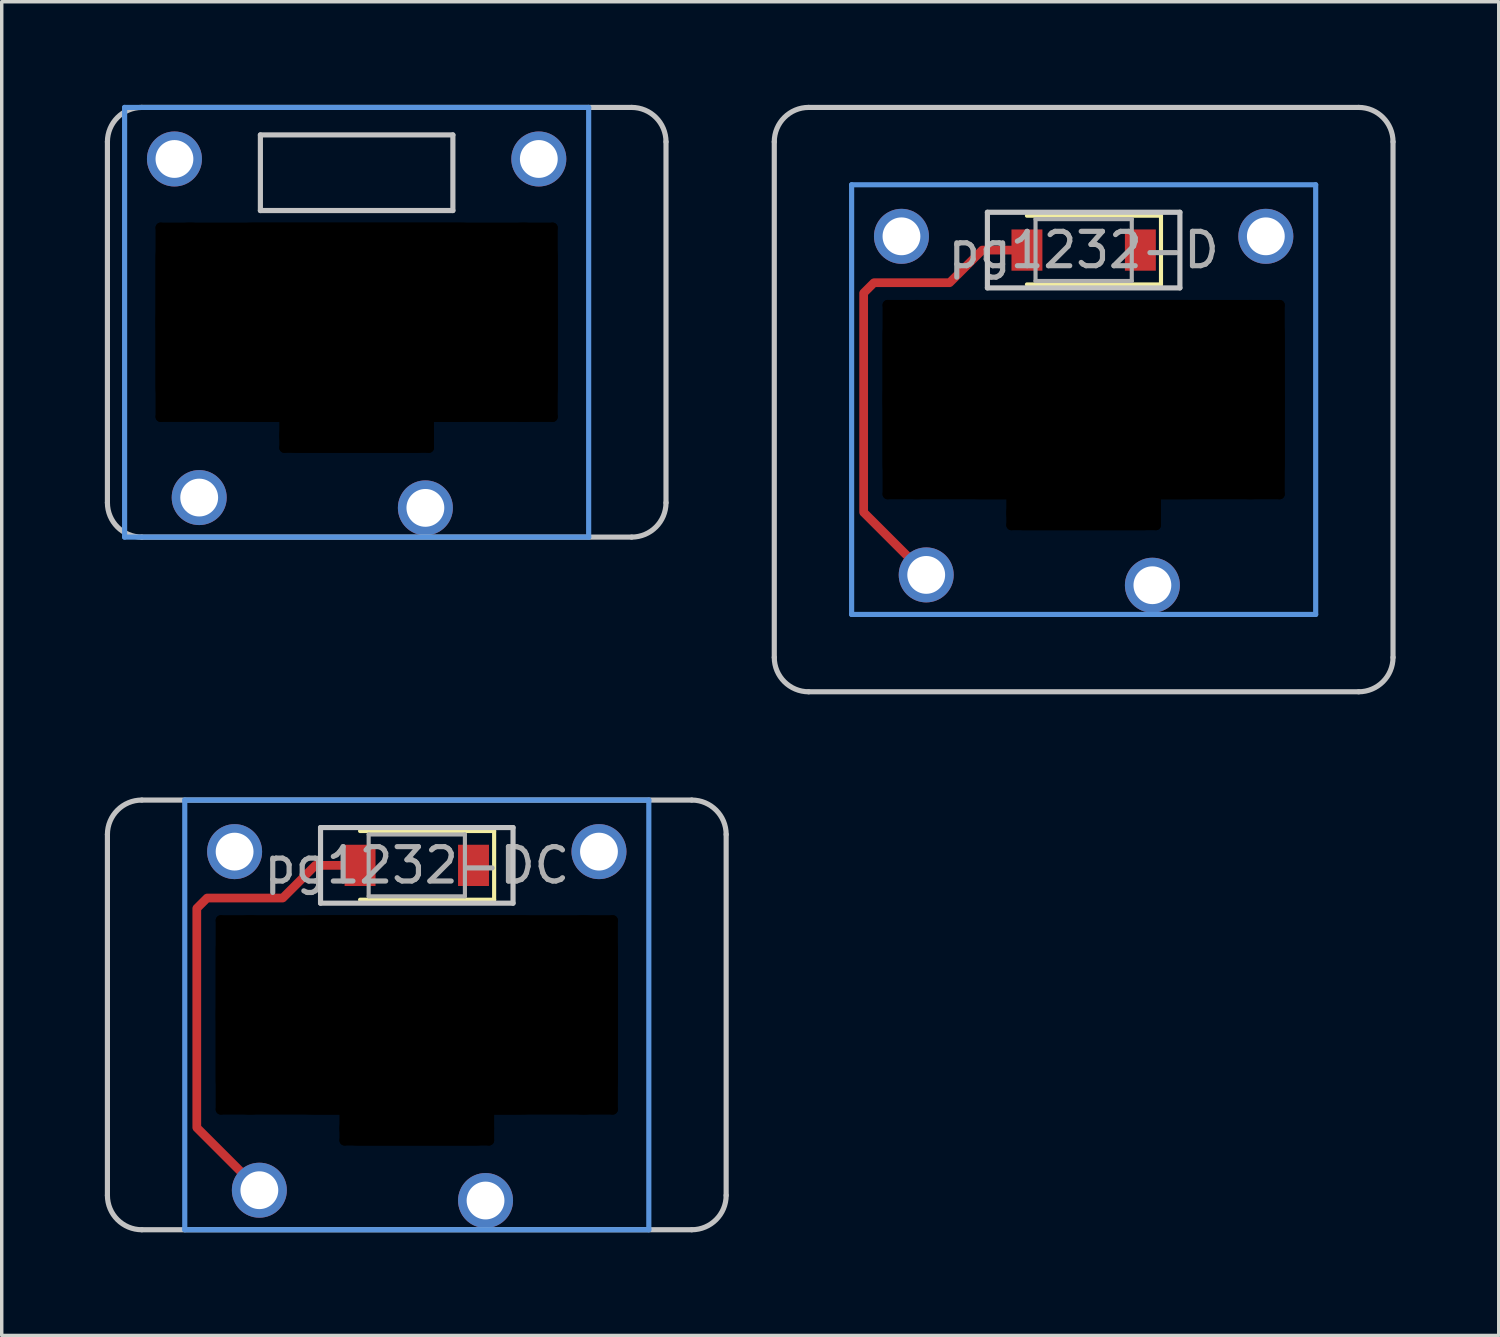
<source format=kicad_pcb>
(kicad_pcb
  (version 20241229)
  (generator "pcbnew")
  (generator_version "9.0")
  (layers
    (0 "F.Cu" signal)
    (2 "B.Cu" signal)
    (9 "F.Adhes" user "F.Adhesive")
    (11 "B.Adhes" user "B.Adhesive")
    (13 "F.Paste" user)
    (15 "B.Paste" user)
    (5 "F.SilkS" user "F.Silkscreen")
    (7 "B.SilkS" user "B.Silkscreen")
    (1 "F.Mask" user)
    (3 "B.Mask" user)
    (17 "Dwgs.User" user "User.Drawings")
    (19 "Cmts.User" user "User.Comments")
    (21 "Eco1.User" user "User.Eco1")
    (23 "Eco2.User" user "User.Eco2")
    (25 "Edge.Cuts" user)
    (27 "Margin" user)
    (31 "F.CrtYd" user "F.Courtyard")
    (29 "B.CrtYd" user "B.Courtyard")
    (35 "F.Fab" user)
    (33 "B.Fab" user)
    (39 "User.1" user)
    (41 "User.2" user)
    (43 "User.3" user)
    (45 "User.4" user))
  (footprint "pg1232-CR"
    (layer "F.Cu")
    (at 7.325 6.325)
    (property "Reference" "pg1232-CR" (at 0 0 0) (layer "F.Fab") (effects (font (size 1 1) (thickness 0.15))))
    (attr through_hole)
    (fp_line (start -7.25 5.25) (end -7.25 -5.25) (stroke (width 0.15) (type solid)) (layer "Dwgs.User"))
    (fp_line (start -6.25 -6.25) (end 8 -6.25) (stroke (width 0.15) (type solid)) (layer "Dwgs.User"))
    (fp_line (start -2.8 -5.45) (end -2.8 -3.25) (stroke (width 0.15) (type solid)) (layer "Dwgs.User"))
    (fp_line (start -2.8 -3.25) (end 2.8 -3.25) (stroke (width 0.15) (type solid)) (layer "Dwgs.User"))
    (fp_line (start 2.8 -5.45) (end -2.8 -5.45) (stroke (width 0.15) (type solid)) (layer "Dwgs.User"))
    (fp_line (start 2.8 -3.25) (end 2.8 -5.45) (stroke (width 0.15) (type solid)) (layer "Dwgs.User"))
    (fp_line (start 8 6.25) (end -6.25 6.25) (stroke (width 0.15) (type solid)) (layer "Dwgs.User"))
    (fp_line (start 9 -5.25) (end 9 5.25) (stroke (width 0.15) (type solid)) (layer "Dwgs.User"))
    (fp_arc (start -7.25 -5.25) (mid -6.957107 -5.957107) (end -6.25 -6.25) (stroke (width 0.15) (type solid)) (layer "Dwgs.User"))
    (fp_arc (start -6.25 6.25) (mid -6.957107 5.957107) (end -7.25 5.25) (stroke (width 0.15) (type solid)) (layer "Dwgs.User"))
    (fp_arc (start 8 -6.25) (mid 8.707107 -5.957107) (end 9 -5.25) (stroke (width 0.15) (type solid)) (layer "Dwgs.User"))
    (fp_arc (start 9 5.25) (mid 8.707107 5.957107) (end 8 6.25) (stroke (width 0.15) (type solid)) (layer "Dwgs.User"))
    (fp_line (start -6.75 -6.25) (end -6.75 6.25) (stroke (width 0.15) (type solid)) (layer "Cmts.User"))
    (fp_line (start -6.75 6.25) (end 6.75 6.25) (stroke (width 0.15) (type solid)) (layer "Cmts.User"))
    (fp_line (start 6.75 -6.25) (end -6.75 -6.25) (stroke (width 0.15) (type solid)) (layer "Cmts.User"))
    (fp_line (start 6.75 6.25) (end 6.75 -6.25) (stroke (width 0.15) (type solid)) (layer "Cmts.User"))
    (pad "" np_thru_hole oval (at -5.7 0 90) (size 5.8 0.3) (drill oval 5.8 0.3) (layers "*.Mask"))
    (pad "" np_thru_hole oval (at -4.85 0) (size 2 5.8) (drill oval 2 5.8) (layers "*.Mask"))
    (pad "" np_thru_hole oval (at -2.1 3.25 90) (size 1.1 0.3) (drill oval 1.1 0.3) (layers "*.Mask"))
    (pad "" np_thru_hole oval (at 0 -2.75) (size 11.7 0.3) (drill oval 11.7 0.3) (layers "*.Mask"))
    (pad "" np_thru_hole oval (at 0 0) (size 11.7 5.8) (drill oval 11.7 5.8) (layers "*.Mask"))
    (pad "" np_thru_hole oval (at 0 2.75) (size 11.7 0.3) (drill oval 11.7 0.3) (layers "*.Mask"))
    (pad "" np_thru_hole oval (at 0 3.3) (size 4.5 1) (drill oval 4.5 1) (layers "*.Mask"))
    (pad "" np_thru_hole oval (at 0 3.65) (size 4.5 0.3) (drill oval 4.5 0.3) (layers "*.Mask"))
    (pad "" np_thru_hole oval (at 2.1 3.25 90) (size 1.1 0.3) (drill oval 1.1 0.3) (layers "*.Mask"))
    (pad "" np_thru_hole oval (at 4.85 0) (size 2 5.8) (drill oval 2 5.8) (layers "*.Mask"))
    (pad "" np_thru_hole oval (at 5.7 0 90) (size 5.8 0.3) (drill oval 5.8 0.3) (layers "*.Mask"))
    (pad "1" thru_hole circle (at 2 5.4) (size 1.6 1.6) (drill 1.1) (layers "*.Cu" "B.Mask"))
    (pad "2" thru_hole circle (at -4.58 5.1) (size 1.6 1.6) (drill 1.1) (layers "*.Cu" "B.Mask"))
    (pad "3" thru_hole circle (at 5.3 -4.75) (size 1.6 1.6) (drill 1.1) (layers "*.Cu" "B.Mask"))
    (pad "4" thru_hole circle (at -5.3 -4.75) (size 1.6 1.6) (drill 1.1) (layers "*.Cu" "B.Mask")))
  (footprint "pg1232-DC"
    (layer "F.Cu")
    (at 9.075 22.125)
    (property "Reference" "pg1232-DC" (at 0 0 0) (layer "F.Fab") (effects (font (size 1 1) (thickness 0.15))))
    (attr smd)
    (fp_line (start 2.25 -1) (end -1.65 -1) (stroke (width 0.12) (type solid)) (layer "F.SilkS"))
    (fp_line (start 2.25 -1) (end 2.25 1) (stroke (width 0.12) (type solid)) (layer "F.SilkS"))
    (fp_line (start 2.25 1) (end -1.65 1) (stroke (width 0.12) (type solid)) (layer "F.SilkS"))
    (fp_line (start -9 9.6) (end -9 -0.9) (stroke (width 0.15) (type solid)) (layer "Dwgs.User"))
    (fp_line (start -8 -1.9) (end 8 -1.9) (stroke (width 0.15) (type solid)) (layer "Dwgs.User"))
    (fp_line (start -2.8 -1.1) (end -2.8 1.1) (stroke (width 0.15) (type solid)) (layer "Dwgs.User"))
    (fp_line (start -2.8 1.1) (end 2.8 1.1) (stroke (width 0.15) (type solid)) (layer "Dwgs.User"))
    (fp_line (start 2.8 -1.1) (end -2.8 -1.1) (stroke (width 0.15) (type solid)) (layer "Dwgs.User"))
    (fp_line (start 2.8 1.1) (end 2.8 -1.1) (stroke (width 0.15) (type solid)) (layer "Dwgs.User"))
    (fp_line (start 8 10.6) (end -8 10.6) (stroke (width 0.15) (type solid)) (layer "Dwgs.User"))
    (fp_line (start 9 -0.9) (end 9 9.6) (stroke (width 0.15) (type solid)) (layer "Dwgs.User"))
    (fp_arc (start -9 -0.9) (mid -8.707107 -1.607107) (end -8 -1.9) (stroke (width 0.15) (type solid)) (layer "Dwgs.User"))
    (fp_arc (start -8 10.6) (mid -8.707107 10.307107) (end -9 9.6) (stroke (width 0.15) (type solid)) (layer "Dwgs.User"))
    (fp_arc (start 8 -1.9) (mid 8.707107 -1.607107) (end 9 -0.9) (stroke (width 0.15) (type solid)) (layer "Dwgs.User"))
    (fp_arc (start 9 9.6) (mid 8.707107 10.307107) (end 8 10.6) (stroke (width 0.15) (type solid)) (layer "Dwgs.User"))
    (fp_line (start -6.75 -1.9) (end -6.75 10.6) (stroke (width 0.15) (type solid)) (layer "Cmts.User"))
    (fp_line (start -6.75 10.6) (end 6.75 10.6) (stroke (width 0.15) (type solid)) (layer "Cmts.User"))
    (fp_line (start 6.75 -1.9) (end -6.75 -1.9) (stroke (width 0.15) (type solid)) (layer "Cmts.User"))
    (fp_line (start 6.75 10.6) (end 6.75 -1.9) (stroke (width 0.15) (type solid)) (layer "Cmts.User"))
    (fp_line (start -1.4 -0.9) (end -1.4 0.9) (stroke (width 0.12) (type solid)) (layer "F.Fab"))
    (fp_line (start -1.4 0.9) (end 1.4 0.9) (stroke (width 0.12) (type solid)) (layer "F.Fab"))
    (fp_line (start 1.4 -0.9) (end -1.4 -0.9) (stroke (width 0.12) (type solid)) (layer "F.Fab"))
    (fp_line (start 1.4 0.9) (end 1.4 -0.9) (stroke (width 0.12) (type solid)) (layer "F.Fab"))
    (pad "" np_thru_hole oval (at -5.7 4.35 90) (size 5.8 0.3) (drill oval 5.8 0.3) (layers "*.Mask"))
    (pad "" thru_hole circle (at -5.3 -0.4) (size 1.6 1.6) (drill 1.1) (layers "*.Cu" "B.Mask"))
    (pad "" np_thru_hole oval (at -4.85 4.35) (size 2 5.8) (drill oval 2 5.8) (layers "*.Mask"))
    (pad "" thru_hole circle (at -4.58 9.45) (size 1.6 1.6) (drill 1.1) (layers "*.Cu" "B.Mask"))
    (pad "" np_thru_hole oval (at -2.1 7.6 90) (size 1.1 0.3) (drill oval 1.1 0.3) (layers "*.Mask"))
    (pad "" smd custom (at -1.65 0) (size 0.254 0.254) (layers "F.Cu") (options (anchor circle)) (primitives (gr_line (start -4.75 7.63) (end -2.93 9.45) (width 0.254)) (gr_line (start 0 0) (end -1.3 0) (width 0.254)) (gr_line (start -1.3 0) (end -2.25 0.95) (width 0.254)) (gr_line (start -4.75 1.25) (end -4.75 7.63) (width 0.254)) (gr_line (start -2.25 0.95) (end -4.45 0.95) (width 0.254)) (gr_line (start -4.45 0.95) (end -4.75 1.25) (width 0.254))))
    (pad "" smd rect (at -1.65 0) (size 0.9 1.2) (layers "F.Cu" "F.Mask" "F.Paste"))
    (pad "" np_thru_hole oval (at 0 1.6) (size 11.7 0.3) (drill oval 11.7 0.3) (layers "*.Mask"))
    (pad "" np_thru_hole oval (at 0 4.35) (size 11.7 5.8) (drill oval 11.7 5.8) (layers "*.Mask"))
    (pad "" np_thru_hole oval (at 0 7.1) (size 11.7 0.3) (drill oval 11.7 0.3) (layers "*.Mask"))
    (pad "" np_thru_hole oval (at 0 7.65) (size 4.5 1) (drill oval 4.5 1) (layers "*.Mask"))
    (pad "" np_thru_hole oval (at 0 8) (size 4.5 0.3) (drill oval 4.5 0.3) (layers "*.Mask"))
    (pad "" np_thru_hole oval (at 2.1 7.6 90) (size 1.1 0.3) (drill oval 1.1 0.3) (layers "*.Mask"))
    (pad "" np_thru_hole oval (at 4.85 4.35) (size 2 5.8) (drill oval 2 5.8) (layers "*.Mask"))
    (pad "" thru_hole circle (at 5.3 -0.4) (size 1.6 1.6) (drill 1.1) (layers "*.Cu" "B.Mask"))
    (pad "" np_thru_hole oval (at 5.7 4.35 90) (size 5.8 0.3) (drill oval 5.8 0.3) (layers "*.Mask"))
    (pad "1" thru_hole circle (at 2 9.75) (size 1.6 1.6) (drill 1.1) (layers "*.Cu" "B.Mask"))
    (pad "2" smd rect (at 1.65 0) (size 0.9 1.2) (layers "F.Cu" "F.Mask" "F.Paste")))
  (footprint "pg1232-D"
    (layer "F.Cu")
    (at 28.475 4.225)
    (property "Reference" "pg1232-D" (at 0 0 0) (layer "F.Fab") (effects (font (size 1 1) (thickness 0.15))))
    (attr smd)
    (fp_line (start 2.25 -1) (end -1.65 -1) (stroke (width 0.12) (type solid)) (layer "F.SilkS"))
    (fp_line (start 2.25 -1) (end 2.25 1) (stroke (width 0.12) (type solid)) (layer "F.SilkS"))
    (fp_line (start 2.25 1) (end -1.65 1) (stroke (width 0.12) (type solid)) (layer "F.SilkS"))
    (fp_line (start -9 11.85) (end -9 -3.15) (stroke (width 0.15) (type solid)) (layer "Dwgs.User"))
    (fp_line (start -8 -4.15) (end 8 -4.15) (stroke (width 0.15) (type solid)) (layer "Dwgs.User"))
    (fp_line (start -2.8 -1.1) (end -2.8 1.1) (stroke (width 0.15) (type solid)) (layer "Dwgs.User"))
    (fp_line (start -2.8 1.1) (end 2.8 1.1) (stroke (width 0.15) (type solid)) (layer "Dwgs.User"))
    (fp_line (start 2.8 -1.1) (end -2.8 -1.1) (stroke (width 0.15) (type solid)) (layer "Dwgs.User"))
    (fp_line (start 2.8 1.1) (end 2.8 -1.1) (stroke (width 0.15) (type solid)) (layer "Dwgs.User"))
    (fp_line (start 8 12.85) (end -8 12.85) (stroke (width 0.15) (type solid)) (layer "Dwgs.User"))
    (fp_line (start 9 -3.15) (end 9 11.85) (stroke (width 0.15) (type solid)) (layer "Dwgs.User"))
    (fp_arc (start -9 -3.15) (mid -8.707107 -3.857107) (end -8 -4.15) (stroke (width 0.15) (type solid)) (layer "Dwgs.User"))
    (fp_arc (start -8 12.85) (mid -8.707107 12.557107) (end -9 11.85) (stroke (width 0.15) (type solid)) (layer "Dwgs.User"))
    (fp_arc (start 8 -4.15) (mid 8.707107 -3.857107) (end 9 -3.15) (stroke (width 0.15) (type solid)) (layer "Dwgs.User"))
    (fp_arc (start 9 11.85) (mid 8.707107 12.557107) (end 8 12.85) (stroke (width 0.15) (type solid)) (layer "Dwgs.User"))
    (fp_line (start -6.75 -1.9) (end -6.75 10.6) (stroke (width 0.15) (type solid)) (layer "Cmts.User"))
    (fp_line (start -6.75 10.6) (end 6.75 10.6) (stroke (width 0.15) (type solid)) (layer "Cmts.User"))
    (fp_line (start 6.75 -1.9) (end -6.75 -1.9) (stroke (width 0.15) (type solid)) (layer "Cmts.User"))
    (fp_line (start 6.75 10.6) (end 6.75 -1.9) (stroke (width 0.15) (type solid)) (layer "Cmts.User"))
    (fp_line (start -1.4 -0.9) (end -1.4 0.9) (stroke (width 0.12) (type solid)) (layer "F.Fab"))
    (fp_line (start -1.4 0.9) (end 1.4 0.9) (stroke (width 0.12) (type solid)) (layer "F.Fab"))
    (fp_line (start 1.4 -0.9) (end -1.4 -0.9) (stroke (width 0.12) (type solid)) (layer "F.Fab"))
    (fp_line (start 1.4 0.9) (end 1.4 -0.9) (stroke (width 0.12) (type solid)) (layer "F.Fab"))
    (pad "" np_thru_hole oval (at -5.7 4.35 90) (size 5.8 0.3) (drill oval 5.8 0.3) (layers "*.Mask"))
    (pad "" thru_hole circle (at -5.3 -0.4) (size 1.6 1.6) (drill 1.1) (layers "*.Cu" "B.Mask"))
    (pad "" np_thru_hole oval (at -4.85 4.35) (size 2 5.8) (drill oval 2 5.8) (layers "*.Mask"))
    (pad "" thru_hole circle (at -4.58 9.45) (size 1.6 1.6) (drill 1.1) (layers "*.Cu" "B.Mask"))
    (pad "" np_thru_hole oval (at -2.1 7.6 90) (size 1.1 0.3) (drill oval 1.1 0.3) (layers "*.Mask"))
    (pad "" smd custom (at -1.65 0) (size 0.254 0.254) (layers "F.Cu") (options (anchor circle)) (primitives (gr_line (start -4.75 7.63) (end -2.93 9.45) (width 0.254)) (gr_line (start 0 0) (end -1.3 0) (width 0.254)) (gr_line (start -1.3 0) (end -2.25 0.95) (width 0.254)) (gr_line (start -4.75 1.25) (end -4.75 7.63) (width 0.254)) (gr_line (start -2.25 0.95) (end -4.45 0.95) (width 0.254)) (gr_line (start -4.45 0.95) (end -4.75 1.25) (width 0.254))))
    (pad "" smd rect (at -1.65 0) (size 0.9 1.2) (layers "F.Cu" "F.Mask" "F.Paste"))
    (pad "" np_thru_hole oval (at 0 1.6) (size 11.7 0.3) (drill oval 11.7 0.3) (layers "*.Mask"))
    (pad "" np_thru_hole oval (at 0 4.35) (size 11.7 5.8) (drill oval 11.7 5.8) (layers "*.Mask"))
    (pad "" np_thru_hole oval (at 0 7.1) (size 11.7 0.3) (drill oval 11.7 0.3) (layers "*.Mask"))
    (pad "" np_thru_hole oval (at 0 7.65) (size 4.5 1) (drill oval 4.5 1) (layers "*.Mask"))
    (pad "" np_thru_hole oval (at 0 8) (size 4.5 0.3) (drill oval 4.5 0.3) (layers "*.Mask"))
    (pad "" np_thru_hole oval (at 2.1 7.6 90) (size 1.1 0.3) (drill oval 1.1 0.3) (layers "*.Mask"))
    (pad "" np_thru_hole oval (at 4.85 4.35) (size 2 5.8) (drill oval 2 5.8) (layers "*.Mask"))
    (pad "" thru_hole circle (at 5.3 -0.4) (size 1.6 1.6) (drill 1.1) (layers "*.Cu" "B.Mask"))
    (pad "" np_thru_hole oval (at 5.7 4.35 90) (size 5.8 0.3) (drill oval 5.8 0.3) (layers "*.Mask"))
    (pad "1" thru_hole circle (at 2 9.75) (size 1.6 1.6) (drill 1.1) (layers "*.Cu" "B.Mask"))
    (pad "2" smd rect (at 1.65 0) (size 0.9 1.2) (layers "F.Cu" "F.Mask" "F.Paste")))
  (gr_rect
    (start -3 -3)
    (end 40.55 35.8)
    (stroke (width 0.1) (type default))
    (fill no)
    (layer "Edge.Cuts")))
</source>
